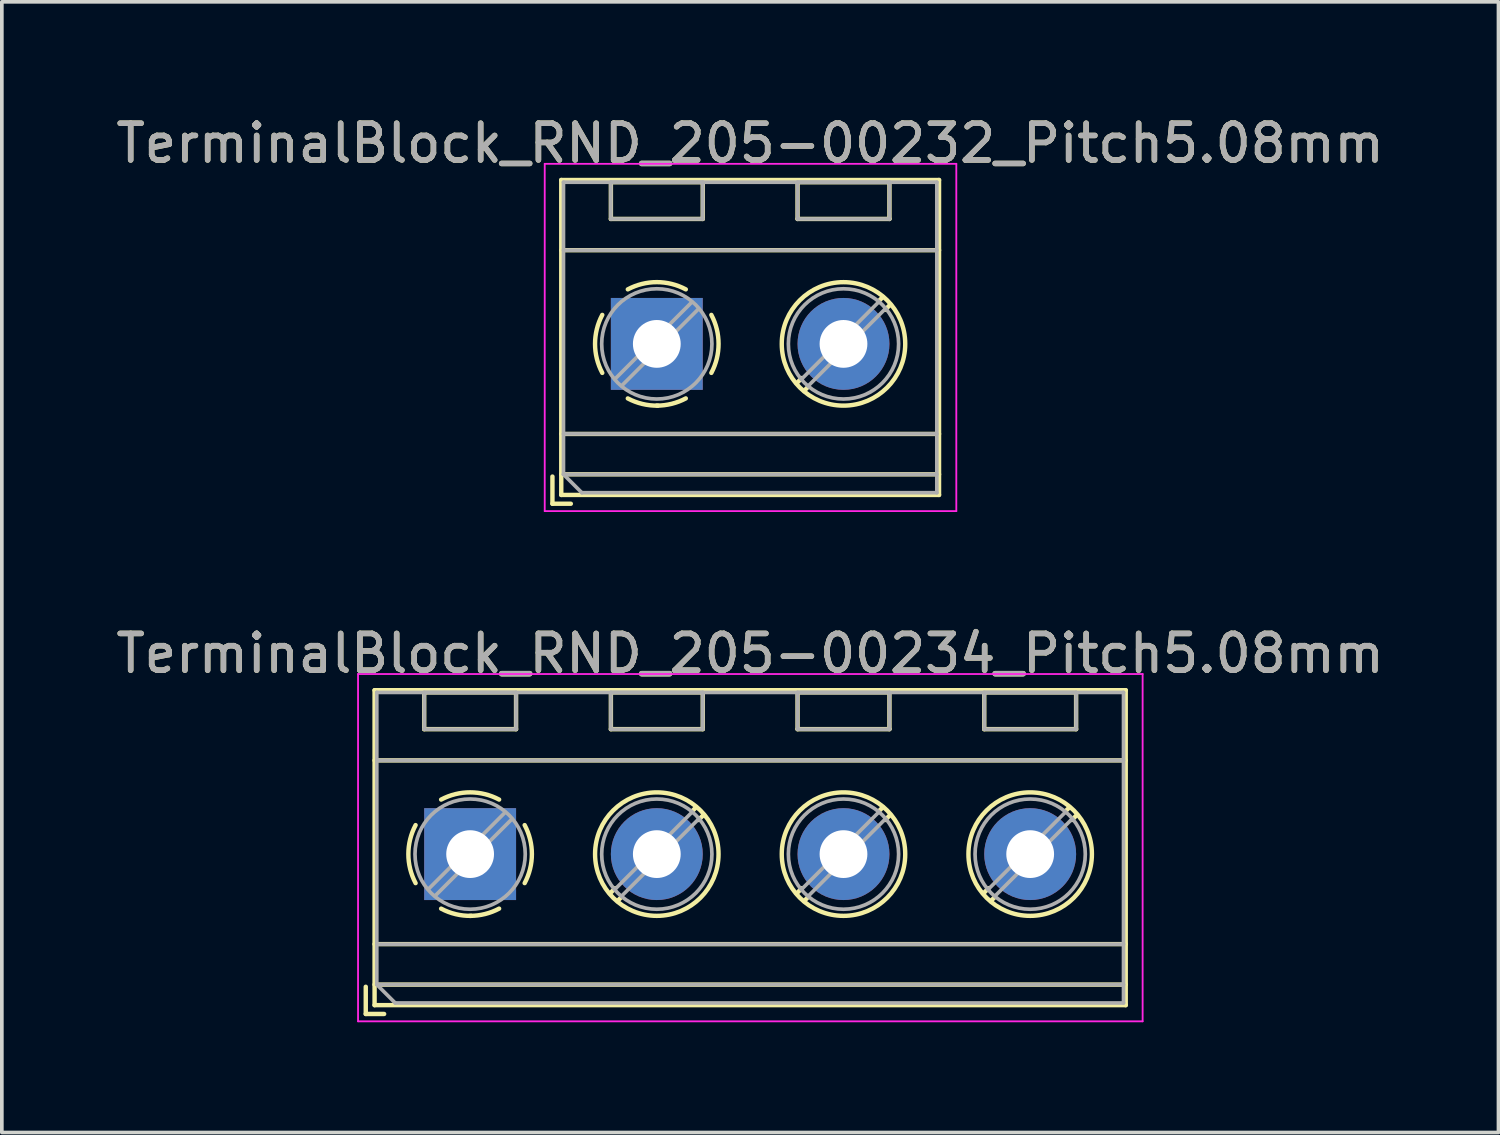
<source format=kicad_pcb>
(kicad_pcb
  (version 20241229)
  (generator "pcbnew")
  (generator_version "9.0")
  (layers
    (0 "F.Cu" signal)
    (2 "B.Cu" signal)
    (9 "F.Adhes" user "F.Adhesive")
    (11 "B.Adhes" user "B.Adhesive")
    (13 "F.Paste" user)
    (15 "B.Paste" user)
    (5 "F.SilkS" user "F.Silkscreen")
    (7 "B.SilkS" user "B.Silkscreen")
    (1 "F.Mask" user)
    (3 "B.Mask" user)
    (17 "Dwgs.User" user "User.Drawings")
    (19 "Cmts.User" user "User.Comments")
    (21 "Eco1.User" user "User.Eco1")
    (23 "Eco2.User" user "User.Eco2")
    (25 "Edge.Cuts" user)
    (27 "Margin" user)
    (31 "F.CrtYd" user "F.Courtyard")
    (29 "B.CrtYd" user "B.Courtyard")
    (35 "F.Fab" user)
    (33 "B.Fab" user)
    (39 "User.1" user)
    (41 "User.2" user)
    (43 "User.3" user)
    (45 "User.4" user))
  (footprint "TerminalBlock_RND_205-00232_Pitch5.08mm"
    (layer "F.Cu")
    (at 14.823 6.308)
    (property "Reference" "TerminalBlock_RND_205-00232_Pitch5.08mm" (at 2.54 -5.46 0) (layer "F.SilkS") (effects (font (size 1 1) (thickness 0.15))))
    (attr through_hole)
    (fp_line (start -2.84 3.61) (end -2.84 4.35) (stroke (width 0.12) (type solid)) (layer "F.SilkS"))
    (fp_line (start -2.84 4.35) (end -2.34 4.35) (stroke (width 0.12) (type solid)) (layer "F.SilkS"))
    (fp_line (start -2.6 -4.46) (end -2.6 4.11) (stroke (width 0.12) (type solid)) (layer "F.SilkS"))
    (fp_line (start -2.6 -2.55) (end 7.68 -2.55) (stroke (width 0.12) (type solid)) (layer "F.SilkS"))
    (fp_line (start -2.6 2.45) (end 7.68 2.45) (stroke (width 0.12) (type solid)) (layer "F.SilkS"))
    (fp_line (start -2.6 3.55) (end 7.68 3.55) (stroke (width 0.12) (type solid)) (layer "F.SilkS"))
    (fp_line (start -2.6 4.11) (end 7.68 4.11) (stroke (width 0.12) (type solid)) (layer "F.SilkS"))
    (fp_line (start -1.25 -4.4) (end -1.25 -3.4) (stroke (width 0.12) (type solid)) (layer "F.SilkS"))
    (fp_line (start -1.25 -4.4) (end 1.25 -4.4) (stroke (width 0.12) (type solid)) (layer "F.SilkS"))
    (fp_line (start -1.25 -3.4) (end 1.25 -3.4) (stroke (width 0.12) (type solid)) (layer "F.SilkS"))
    (fp_line (start 1.25 -4.4) (end 1.25 -3.4) (stroke (width 0.12) (type solid)) (layer "F.SilkS"))
    (fp_line (start 3.83 -4.4) (end 3.83 -3.4) (stroke (width 0.12) (type solid)) (layer "F.SilkS"))
    (fp_line (start 3.83 -4.4) (end 6.33 -4.4) (stroke (width 0.12) (type solid)) (layer "F.SilkS"))
    (fp_line (start 3.83 -3.4) (end 6.33 -3.4) (stroke (width 0.12) (type solid)) (layer "F.SilkS"))
    (fp_line (start 3.947 0.929) (end 3.806 1.069) (stroke (width 0.12) (type solid)) (layer "F.SilkS"))
    (fp_line (start 4.117 1.169) (end 4.011 1.274) (stroke (width 0.12) (type solid)) (layer "F.SilkS"))
    (fp_line (start 6.15 -1.275) (end 6.044 -1.169) (stroke (width 0.12) (type solid)) (layer "F.SilkS"))
    (fp_line (start 6.33 -4.4) (end 6.33 -3.4) (stroke (width 0.12) (type solid)) (layer "F.SilkS"))
    (fp_line (start 6.355 -1.069) (end 6.214 -0.929) (stroke (width 0.12) (type solid)) (layer "F.SilkS"))
    (fp_line (start 7.68 -4.46) (end -2.6 -4.46) (stroke (width 0.12) (type solid)) (layer "F.SilkS"))
    (fp_line (start 7.68 4.11) (end 7.68 -4.46) (stroke (width 0.12) (type solid)) (layer "F.SilkS"))
    (fp_arc (start -1.483953 0.789089) (mid -1.680708 0.00005) (end -1.484 -0.789) (stroke (width 0.12) (type solid)) (layer "F.SilkS"))
    (fp_arc (start -0.789089 -1.483953) (mid -0.00005 -1.680708) (end 0.789 -1.484) (stroke (width 0.12) (type solid)) (layer "F.SilkS"))
    (fp_arc (start 0.029383 1.68045) (mid -0.392304 1.634281) (end -0.789 1.484) (stroke (width 0.12) (type solid)) (layer "F.SilkS"))
    (fp_arc (start 0.788712 1.483352) (mid 0.406429 1.630097) (end 0 1.68) (stroke (width 0.12) (type solid)) (layer "F.SilkS"))
    (fp_arc (start 1.483953 -0.789089) (mid 1.680708 -0.00005) (end 1.484 0.789) (stroke (width 0.12) (type solid)) (layer "F.SilkS"))
    (fp_circle (center 5.08 0) (end 6.76 0) (stroke (width 0.12) (type solid)) (fill no) (layer "F.SilkS"))
    (fp_line (start -3.05 -4.9) (end -3.05 4.55) (stroke (width 0.05) (type solid)) (layer "F.CrtYd"))
    (fp_line (start -3.05 4.55) (end 8.15 4.55) (stroke (width 0.05) (type solid)) (layer "F.CrtYd"))
    (fp_line (start 8.15 -4.9) (end -3.05 -4.9) (stroke (width 0.05) (type solid)) (layer "F.CrtYd"))
    (fp_line (start 8.15 4.55) (end 8.15 -4.9) (stroke (width 0.05) (type solid)) (layer "F.CrtYd"))
    (fp_line (start -2.54 -4.4) (end 7.62 -4.4) (stroke (width 0.1) (type solid)) (layer "F.Fab"))
    (fp_line (start -2.54 -2.55) (end 7.62 -2.55) (stroke (width 0.1) (type solid)) (layer "F.Fab"))
    (fp_line (start -2.54 2.45) (end 7.62 2.45) (stroke (width 0.1) (type solid)) (layer "F.Fab"))
    (fp_line (start -2.54 3.55) (end -2.54 -4.4) (stroke (width 0.1) (type solid)) (layer "F.Fab"))
    (fp_line (start -2.54 3.55) (end 7.62 3.55) (stroke (width 0.1) (type solid)) (layer "F.Fab"))
    (fp_line (start -2.04 4.05) (end -2.54 3.55) (stroke (width 0.1) (type solid)) (layer "F.Fab"))
    (fp_line (start -1.25 -4.4) (end -1.25 -3.4) (stroke (width 0.1) (type solid)) (layer "F.Fab"))
    (fp_line (start -1.25 -3.4) (end 1.25 -3.4) (stroke (width 0.1) (type solid)) (layer "F.Fab"))
    (fp_line (start 0.955 -1.138) (end -1.138 0.955) (stroke (width 0.1) (type solid)) (layer "F.Fab"))
    (fp_line (start 1.138 -0.955) (end -0.955 1.138) (stroke (width 0.1) (type solid)) (layer "F.Fab"))
    (fp_line (start 1.25 -4.4) (end -1.25 -4.4) (stroke (width 0.1) (type solid)) (layer "F.Fab"))
    (fp_line (start 1.25 -3.4) (end 1.25 -4.4) (stroke (width 0.1) (type solid)) (layer "F.Fab"))
    (fp_line (start 3.83 -4.4) (end 3.83 -3.4) (stroke (width 0.1) (type solid)) (layer "F.Fab"))
    (fp_line (start 3.83 -3.4) (end 6.33 -3.4) (stroke (width 0.1) (type solid)) (layer "F.Fab"))
    (fp_line (start 6.035 -1.138) (end 3.943 0.955) (stroke (width 0.1) (type solid)) (layer "F.Fab"))
    (fp_line (start 6.218 -0.955) (end 4.126 1.138) (stroke (width 0.1) (type solid)) (layer "F.Fab"))
    (fp_line (start 6.33 -4.4) (end 3.83 -4.4) (stroke (width 0.1) (type solid)) (layer "F.Fab"))
    (fp_line (start 6.33 -3.4) (end 6.33 -4.4) (stroke (width 0.1) (type solid)) (layer "F.Fab"))
    (fp_line (start 7.62 -4.4) (end 7.62 4.05) (stroke (width 0.1) (type solid)) (layer "F.Fab"))
    (fp_line (start 7.62 4.05) (end -2.04 4.05) (stroke (width 0.1) (type solid)) (layer "F.Fab"))
    (fp_circle (center 0 0) (end 1.5 0) (stroke (width 0.1) (type solid)) (fill no) (layer "F.Fab"))
    (fp_circle (center 5.08 0) (end 6.58 0) (stroke (width 0.1) (type solid)) (fill no) (layer "F.Fab"))
    (fp_text user "${REFERENCE}" (at 2.54 -5.46 0) (layer "F.Fab") (effects (font (size 1 1) (thickness 0.15))))
    (pad "1" thru_hole rect (at 0 0) (size 2.5 2.5) (drill 1.3) (layers "*.Cu" "*.Mask"))
    (pad "2" thru_hole oval (at 5.08 0) (size 2.5 2.5) (drill 1.3) (layers "*.Cu" "*.Mask")))
  (footprint "TerminalBlock_RND_205-00234_Pitch5.08mm"
    (layer "F.Cu")
    (at 9.743 20.192)
    (property "Reference" "TerminalBlock_RND_205-00234_Pitch5.08mm" (at 7.62 -5.46 0) (layer "F.SilkS") (effects (font (size 1 1) (thickness 0.15))))
    (attr through_hole)
    (fp_line (start -2.84 3.61) (end -2.84 4.35) (stroke (width 0.12) (type solid)) (layer "F.SilkS"))
    (fp_line (start -2.84 4.35) (end -2.34 4.35) (stroke (width 0.12) (type solid)) (layer "F.SilkS"))
    (fp_line (start -2.6 -4.46) (end -2.6 4.11) (stroke (width 0.12) (type solid)) (layer "F.SilkS"))
    (fp_line (start -2.6 -2.55) (end 17.84 -2.55) (stroke (width 0.12) (type solid)) (layer "F.SilkS"))
    (fp_line (start -2.6 2.45) (end 17.84 2.45) (stroke (width 0.12) (type solid)) (layer "F.SilkS"))
    (fp_line (start -2.6 3.55) (end 17.84 3.55) (stroke (width 0.12) (type solid)) (layer "F.SilkS"))
    (fp_line (start -2.6 4.11) (end 17.84 4.11) (stroke (width 0.12) (type solid)) (layer "F.SilkS"))
    (fp_line (start -1.25 -4.4) (end -1.25 -3.4) (stroke (width 0.12) (type solid)) (layer "F.SilkS"))
    (fp_line (start -1.25 -4.4) (end 1.25 -4.4) (stroke (width 0.12) (type solid)) (layer "F.SilkS"))
    (fp_line (start -1.25 -3.4) (end 1.25 -3.4) (stroke (width 0.12) (type solid)) (layer "F.SilkS"))
    (fp_line (start 1.25 -4.4) (end 1.25 -3.4) (stroke (width 0.12) (type solid)) (layer "F.SilkS"))
    (fp_line (start 3.83 -4.4) (end 3.83 -3.4) (stroke (width 0.12) (type solid)) (layer "F.SilkS"))
    (fp_line (start 3.83 -4.4) (end 6.33 -4.4) (stroke (width 0.12) (type solid)) (layer "F.SilkS"))
    (fp_line (start 3.83 -3.4) (end 6.33 -3.4) (stroke (width 0.12) (type solid)) (layer "F.SilkS"))
    (fp_line (start 3.947 0.929) (end 3.806 1.069) (stroke (width 0.12) (type solid)) (layer "F.SilkS"))
    (fp_line (start 4.117 1.169) (end 4.011 1.274) (stroke (width 0.12) (type solid)) (layer "F.SilkS"))
    (fp_line (start 6.15 -1.275) (end 6.044 -1.169) (stroke (width 0.12) (type solid)) (layer "F.SilkS"))
    (fp_line (start 6.33 -4.4) (end 6.33 -3.4) (stroke (width 0.12) (type solid)) (layer "F.SilkS"))
    (fp_line (start 6.355 -1.069) (end 6.214 -0.929) (stroke (width 0.12) (type solid)) (layer "F.SilkS"))
    (fp_line (start 8.91 -4.4) (end 8.91 -3.4) (stroke (width 0.12) (type solid)) (layer "F.SilkS"))
    (fp_line (start 8.91 -4.4) (end 11.41 -4.4) (stroke (width 0.12) (type solid)) (layer "F.SilkS"))
    (fp_line (start 8.91 -3.4) (end 11.41 -3.4) (stroke (width 0.12) (type solid)) (layer "F.SilkS"))
    (fp_line (start 9.027 0.929) (end 8.886 1.069) (stroke (width 0.12) (type solid)) (layer "F.SilkS"))
    (fp_line (start 9.197 1.169) (end 9.091 1.274) (stroke (width 0.12) (type solid)) (layer "F.SilkS"))
    (fp_line (start 11.23 -1.275) (end 11.124 -1.169) (stroke (width 0.12) (type solid)) (layer "F.SilkS"))
    (fp_line (start 11.41 -4.4) (end 11.41 -3.4) (stroke (width 0.12) (type solid)) (layer "F.SilkS"))
    (fp_line (start 11.435 -1.069) (end 11.294 -0.929) (stroke (width 0.12) (type solid)) (layer "F.SilkS"))
    (fp_line (start 13.99 -4.4) (end 13.99 -3.4) (stroke (width 0.12) (type solid)) (layer "F.SilkS"))
    (fp_line (start 13.99 -4.4) (end 16.49 -4.4) (stroke (width 0.12) (type solid)) (layer "F.SilkS"))
    (fp_line (start 13.99 -3.4) (end 16.49 -3.4) (stroke (width 0.12) (type solid)) (layer "F.SilkS"))
    (fp_line (start 14.107 0.929) (end 13.966 1.069) (stroke (width 0.12) (type solid)) (layer "F.SilkS"))
    (fp_line (start 14.277 1.169) (end 14.171 1.274) (stroke (width 0.12) (type solid)) (layer "F.SilkS"))
    (fp_line (start 16.31 -1.275) (end 16.204 -1.169) (stroke (width 0.12) (type solid)) (layer "F.SilkS"))
    (fp_line (start 16.49 -4.4) (end 16.49 -3.4) (stroke (width 0.12) (type solid)) (layer "F.SilkS"))
    (fp_line (start 16.515 -1.069) (end 16.374 -0.929) (stroke (width 0.12) (type solid)) (layer "F.SilkS"))
    (fp_line (start 17.84 -4.46) (end -2.6 -4.46) (stroke (width 0.12) (type solid)) (layer "F.SilkS"))
    (fp_line (start 17.84 4.11) (end 17.84 -4.46) (stroke (width 0.12) (type solid)) (layer "F.SilkS"))
    (fp_arc (start -1.483953 0.789089) (mid -1.680708 0.00005) (end -1.484 -0.789) (stroke (width 0.12) (type solid)) (layer "F.SilkS"))
    (fp_arc (start -0.789089 -1.483953) (mid -0.00005 -1.680708) (end 0.789 -1.484) (stroke (width 0.12) (type solid)) (layer "F.SilkS"))
    (fp_arc (start 0.029383 1.68045) (mid -0.392304 1.634281) (end -0.789 1.484) (stroke (width 0.12) (type solid)) (layer "F.SilkS"))
    (fp_arc (start 0.788712 1.483352) (mid 0.406429 1.630097) (end 0 1.68) (stroke (width 0.12) (type solid)) (layer "F.SilkS"))
    (fp_arc (start 1.483953 -0.789089) (mid 1.680708 -0.00005) (end 1.484 0.789) (stroke (width 0.12) (type solid)) (layer "F.SilkS"))
    (fp_circle (center 5.08 0) (end 6.76 0) (stroke (width 0.12) (type solid)) (fill no) (layer "F.SilkS"))
    (fp_circle (center 10.16 0) (end 11.84 0) (stroke (width 0.12) (type solid)) (fill no) (layer "F.SilkS"))
    (fp_circle (center 15.24 0) (end 16.92 0) (stroke (width 0.12) (type solid)) (fill no) (layer "F.SilkS"))
    (fp_line (start -3.05 -4.9) (end -3.05 4.55) (stroke (width 0.05) (type solid)) (layer "F.CrtYd"))
    (fp_line (start -3.05 4.55) (end 18.3 4.55) (stroke (width 0.05) (type solid)) (layer "F.CrtYd"))
    (fp_line (start 18.3 -4.9) (end -3.05 -4.9) (stroke (width 0.05) (type solid)) (layer "F.CrtYd"))
    (fp_line (start 18.3 4.55) (end 18.3 -4.9) (stroke (width 0.05) (type solid)) (layer "F.CrtYd"))
    (fp_line (start -2.54 -4.4) (end 17.78 -4.4) (stroke (width 0.1) (type solid)) (layer "F.Fab"))
    (fp_line (start -2.54 -2.55) (end 17.78 -2.55) (stroke (width 0.1) (type solid)) (layer "F.Fab"))
    (fp_line (start -2.54 2.45) (end 17.78 2.45) (stroke (width 0.1) (type solid)) (layer "F.Fab"))
    (fp_line (start -2.54 3.55) (end -2.54 -4.4) (stroke (width 0.1) (type solid)) (layer "F.Fab"))
    (fp_line (start -2.54 3.55) (end 17.78 3.55) (stroke (width 0.1) (type solid)) (layer "F.Fab"))
    (fp_line (start -2.04 4.05) (end -2.54 3.55) (stroke (width 0.1) (type solid)) (layer "F.Fab"))
    (fp_line (start -1.25 -4.4) (end -1.25 -3.4) (stroke (width 0.1) (type solid)) (layer "F.Fab"))
    (fp_line (start -1.25 -3.4) (end 1.25 -3.4) (stroke (width 0.1) (type solid)) (layer "F.Fab"))
    (fp_line (start 0.955 -1.138) (end -1.138 0.955) (stroke (width 0.1) (type solid)) (layer "F.Fab"))
    (fp_line (start 1.138 -0.955) (end -0.955 1.138) (stroke (width 0.1) (type solid)) (layer "F.Fab"))
    (fp_line (start 1.25 -4.4) (end -1.25 -4.4) (stroke (width 0.1) (type solid)) (layer "F.Fab"))
    (fp_line (start 1.25 -3.4) (end 1.25 -4.4) (stroke (width 0.1) (type solid)) (layer "F.Fab"))
    (fp_line (start 3.83 -4.4) (end 3.83 -3.4) (stroke (width 0.1) (type solid)) (layer "F.Fab"))
    (fp_line (start 3.83 -3.4) (end 6.33 -3.4) (stroke (width 0.1) (type solid)) (layer "F.Fab"))
    (fp_line (start 6.035 -1.138) (end 3.943 0.955) (stroke (width 0.1) (type solid)) (layer "F.Fab"))
    (fp_line (start 6.218 -0.955) (end 4.126 1.138) (stroke (width 0.1) (type solid)) (layer "F.Fab"))
    (fp_line (start 6.33 -4.4) (end 3.83 -4.4) (stroke (width 0.1) (type solid)) (layer "F.Fab"))
    (fp_line (start 6.33 -3.4) (end 6.33 -4.4) (stroke (width 0.1) (type solid)) (layer "F.Fab"))
    (fp_line (start 8.91 -4.4) (end 8.91 -3.4) (stroke (width 0.1) (type solid)) (layer "F.Fab"))
    (fp_line (start 8.91 -3.4) (end 11.41 -3.4) (stroke (width 0.1) (type solid)) (layer "F.Fab"))
    (fp_line (start 11.115 -1.138) (end 9.023 0.955) (stroke (width 0.1) (type solid)) (layer "F.Fab"))
    (fp_line (start 11.298 -0.955) (end 9.206 1.138) (stroke (width 0.1) (type solid)) (layer "F.Fab"))
    (fp_line (start 11.41 -4.4) (end 8.91 -4.4) (stroke (width 0.1) (type solid)) (layer "F.Fab"))
    (fp_line (start 11.41 -3.4) (end 11.41 -4.4) (stroke (width 0.1) (type solid)) (layer "F.Fab"))
    (fp_line (start 13.99 -4.4) (end 13.99 -3.4) (stroke (width 0.1) (type solid)) (layer "F.Fab"))
    (fp_line (start 13.99 -3.4) (end 16.49 -3.4) (stroke (width 0.1) (type solid)) (layer "F.Fab"))
    (fp_line (start 16.195 -1.138) (end 14.103 0.955) (stroke (width 0.1) (type solid)) (layer "F.Fab"))
    (fp_line (start 16.378 -0.955) (end 14.286 1.138) (stroke (width 0.1) (type solid)) (layer "F.Fab"))
    (fp_line (start 16.49 -4.4) (end 13.99 -4.4) (stroke (width 0.1) (type solid)) (layer "F.Fab"))
    (fp_line (start 16.49 -3.4) (end 16.49 -4.4) (stroke (width 0.1) (type solid)) (layer "F.Fab"))
    (fp_line (start 17.78 -4.4) (end 17.78 4.05) (stroke (width 0.1) (type solid)) (layer "F.Fab"))
    (fp_line (start 17.78 4.05) (end -2.04 4.05) (stroke (width 0.1) (type solid)) (layer "F.Fab"))
    (fp_circle (center 0 0) (end 1.5 0) (stroke (width 0.1) (type solid)) (fill no) (layer "F.Fab"))
    (fp_circle (center 5.08 0) (end 6.58 0) (stroke (width 0.1) (type solid)) (fill no) (layer "F.Fab"))
    (fp_circle (center 10.16 0) (end 11.66 0) (stroke (width 0.1) (type solid)) (fill no) (layer "F.Fab"))
    (fp_circle (center 15.24 0) (end 16.74 0) (stroke (width 0.1) (type solid)) (fill no) (layer "F.Fab"))
    (fp_text user "${REFERENCE}" (at 7.62 -5.46 0) (layer "F.Fab") (effects (font (size 1 1) (thickness 0.15))))
    (pad "1" thru_hole rect (at 0 0) (size 2.5 2.5) (drill 1.3) (layers "*.Cu" "*.Mask"))
    (pad "2" thru_hole oval (at 5.08 0) (size 2.5 2.5) (drill 1.3) (layers "*.Cu" "*.Mask"))
    (pad "3" thru_hole oval (at 10.16 0) (size 2.5 2.5) (drill 1.3) (layers "*.Cu" "*.Mask"))
    (pad "4" thru_hole oval (at 15.24 0) (size 2.5 2.5) (drill 1.3) (layers "*.Cu" "*.Mask")))
  (gr_rect
    (start -3 -3)
    (end 37.726 27.767)
    (stroke (width 0.1) (type default))
    (fill no)
    (layer "Edge.Cuts")))
</source>
